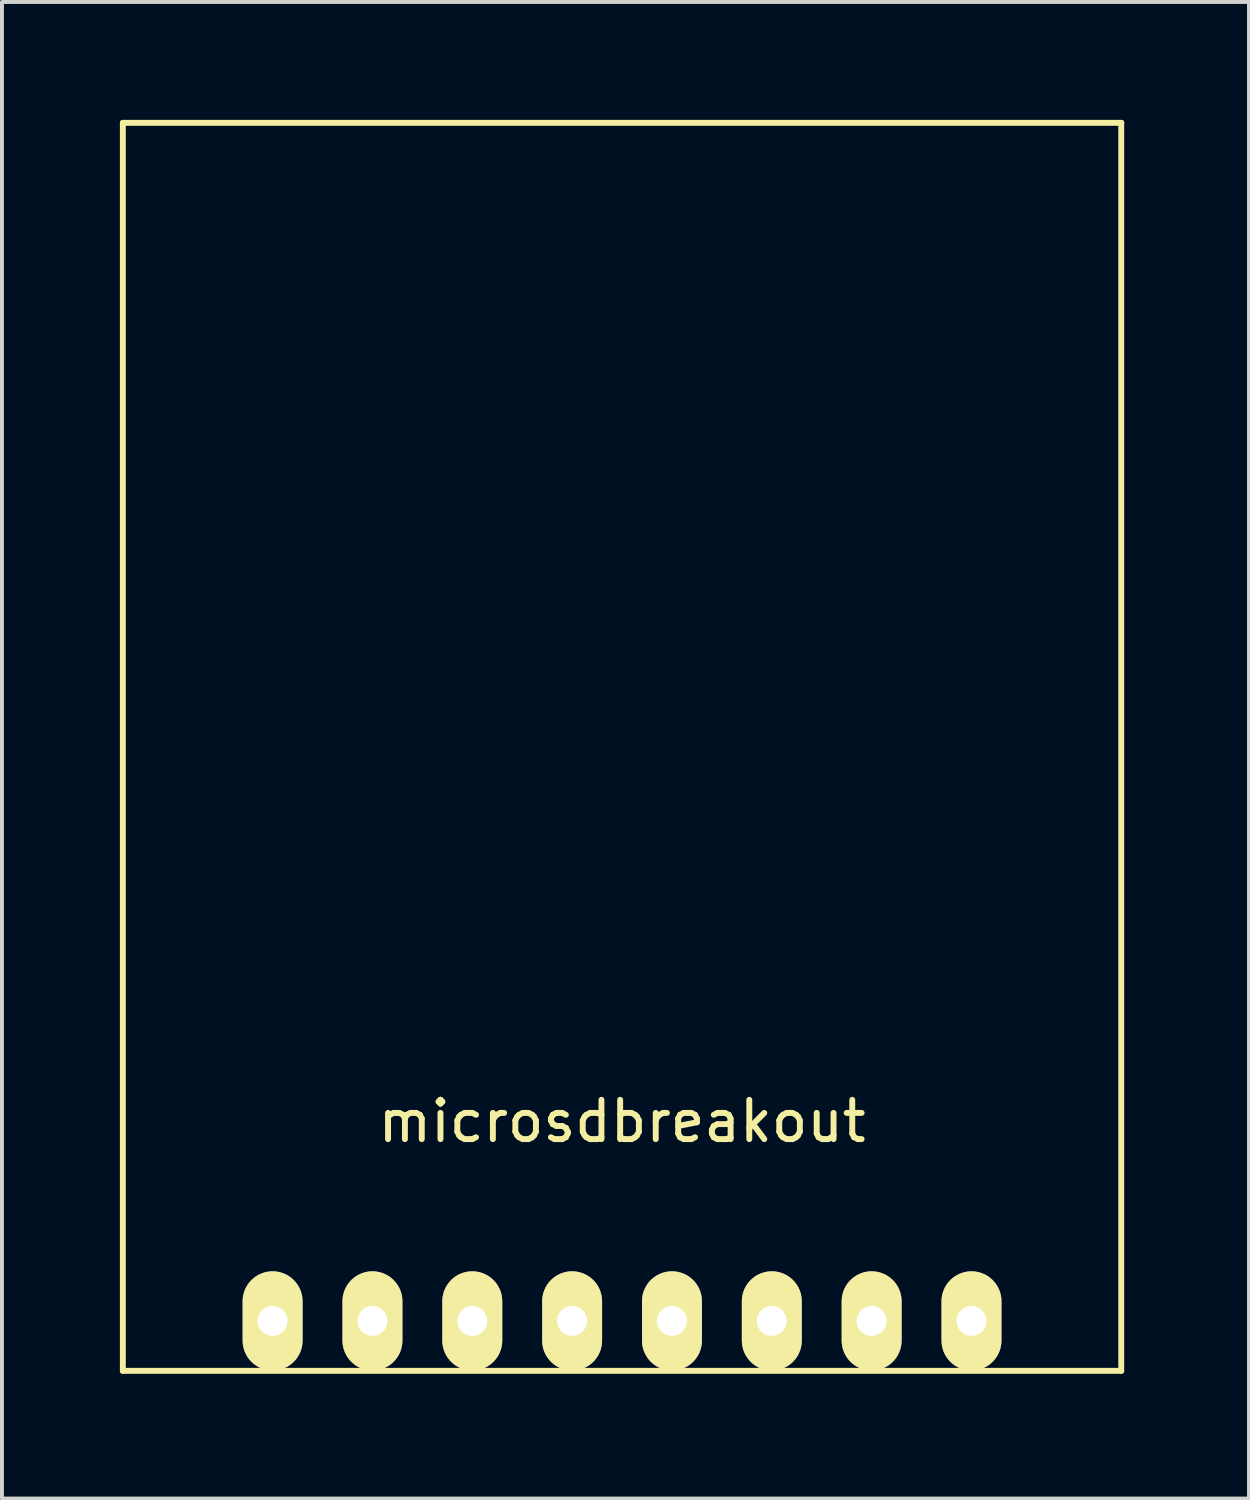
<source format=kicad_pcb>
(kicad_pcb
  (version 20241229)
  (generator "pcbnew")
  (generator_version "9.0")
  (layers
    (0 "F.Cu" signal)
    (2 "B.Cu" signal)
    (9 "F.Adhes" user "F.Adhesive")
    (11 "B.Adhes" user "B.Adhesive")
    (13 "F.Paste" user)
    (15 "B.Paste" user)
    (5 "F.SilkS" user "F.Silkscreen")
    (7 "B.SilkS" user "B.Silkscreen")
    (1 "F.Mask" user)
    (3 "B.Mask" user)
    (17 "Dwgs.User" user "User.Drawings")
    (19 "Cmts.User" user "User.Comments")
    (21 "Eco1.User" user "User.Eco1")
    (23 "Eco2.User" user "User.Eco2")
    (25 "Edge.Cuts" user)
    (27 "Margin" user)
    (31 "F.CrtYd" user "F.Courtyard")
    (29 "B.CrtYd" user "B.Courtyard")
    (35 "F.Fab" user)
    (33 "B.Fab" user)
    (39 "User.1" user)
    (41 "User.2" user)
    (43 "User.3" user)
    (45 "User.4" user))
  (footprint "microsdbreakout"
    (layer "F.Cu")
    (at 25.475 31.825)
    (property "Reference" "microsdbreakout" (at -12.7 -6.35 0) (layer "F.SilkS") (effects (font (size 1 1) (thickness 0.15))))
    (attr through_hole)
    (fp_line (start -25.4 -31.75) (end 0 -31.75) (stroke (width 0.15) (type solid)) (layer "F.SilkS"))
    (fp_line (start -25.4 0) (end -25.4 -31.75) (stroke (width 0.15) (type solid)) (layer "F.SilkS"))
    (fp_line (start 0 -31.75) (end 0 0) (stroke (width 0.15) (type solid)) (layer "F.SilkS"))
    (fp_line (start 0 0) (end -25.4 0) (stroke (width 0.15) (type solid)) (layer "F.SilkS"))
    (pad "1" thru_hole oval (at -21.59 -1.27) (size 1.524 2.524) (drill 0.762) (layers "*.Cu" "*.Mask" "F.SilkS"))
    (pad "2" thru_hole oval (at -19.05 -1.27) (size 1.524 2.524) (drill 0.762) (layers "*.Cu" "*.Mask" "F.SilkS"))
    (pad "3" thru_hole oval (at -16.51 -1.27) (size 1.524 2.524) (drill 0.762) (layers "*.Cu" "*.Mask" "F.SilkS"))
    (pad "4" thru_hole oval (at -13.97 -1.27) (size 1.524 2.524) (drill 0.762) (layers "*.Cu" "*.Mask" "F.SilkS"))
    (pad "5" thru_hole oval (at -11.43 -1.27) (size 1.524 2.524) (drill 0.762) (layers "*.Cu" "*.Mask" "F.SilkS"))
    (pad "6" thru_hole oval (at -8.89 -1.27) (size 1.524 2.524) (drill 0.762) (layers "*.Cu" "*.Mask" "F.SilkS"))
    (pad "7" thru_hole oval (at -6.35 -1.27) (size 1.524 2.524) (drill 0.762) (layers "*.Cu" "*.Mask" "F.SilkS"))
    (pad "8" thru_hole oval (at -3.81 -1.27) (size 1.524 2.524) (drill 0.762) (layers "*.Cu" "*.Mask" "F.SilkS")))
  (gr_rect
    (start -3 -3)
    (end 28.725 35.075)
    (stroke (width 0.1) (type default))
    (fill no)
    (layer "Edge.Cuts")))
</source>
